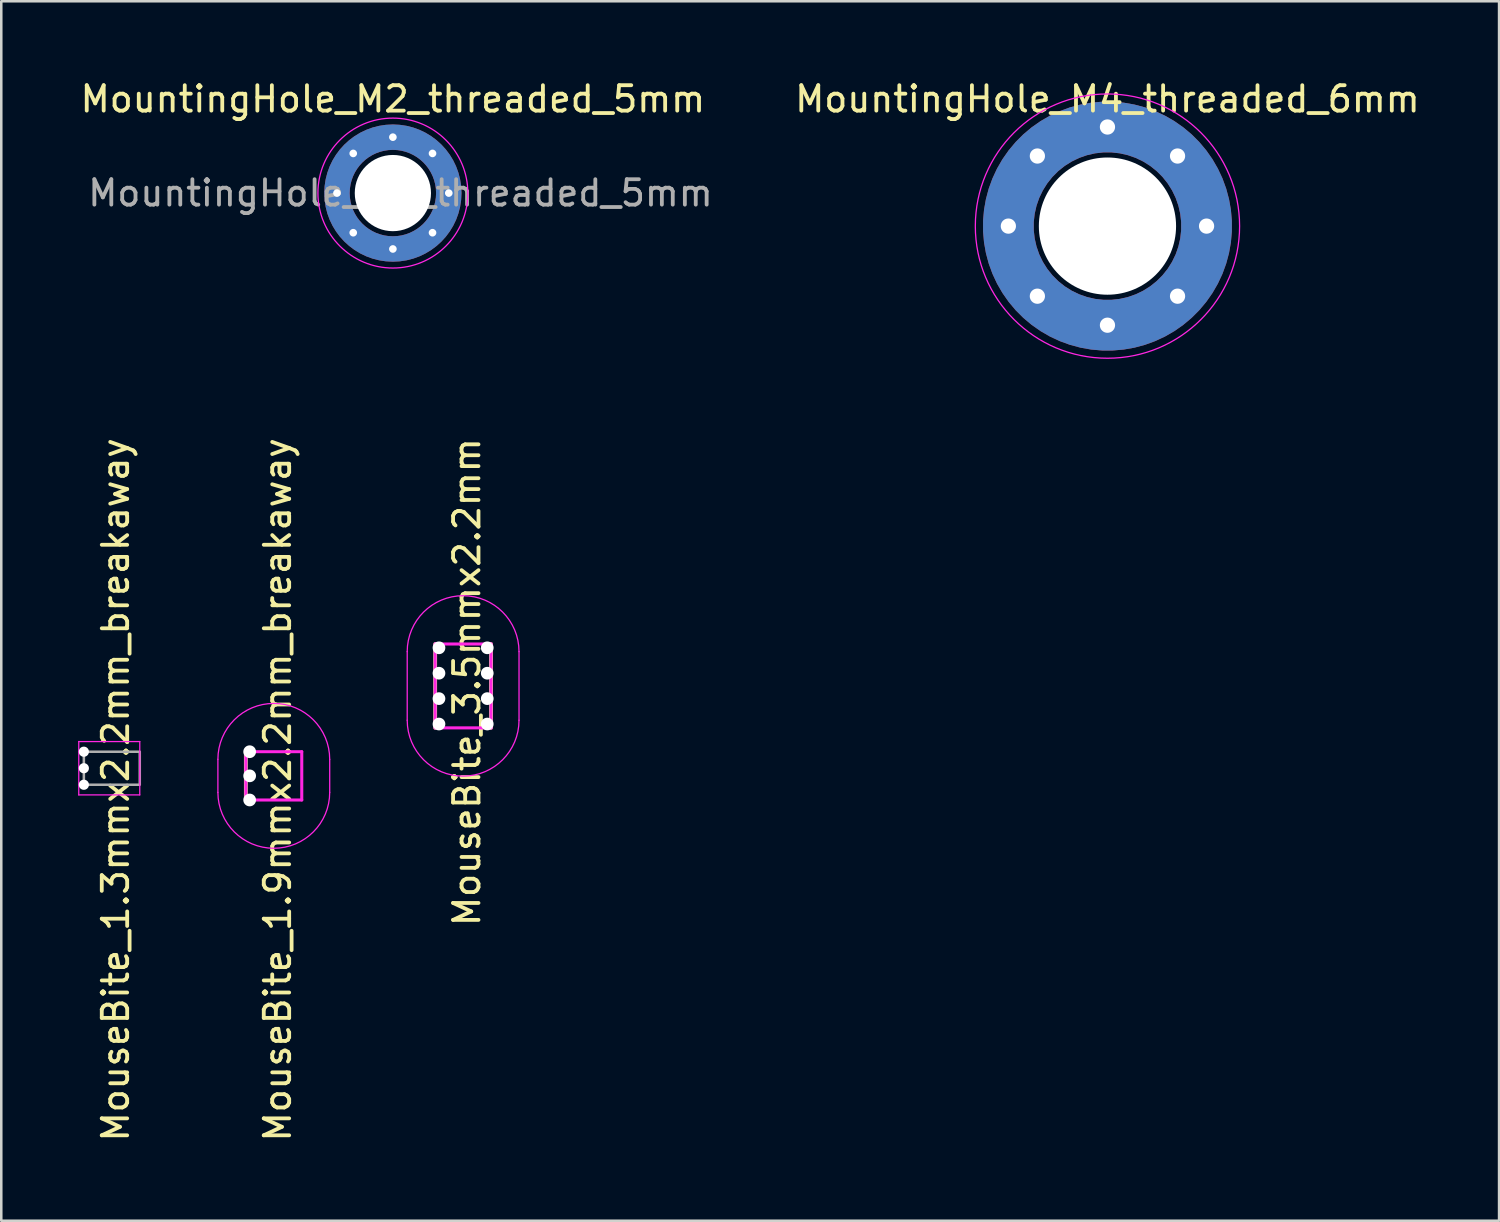
<source format=kicad_pcb>
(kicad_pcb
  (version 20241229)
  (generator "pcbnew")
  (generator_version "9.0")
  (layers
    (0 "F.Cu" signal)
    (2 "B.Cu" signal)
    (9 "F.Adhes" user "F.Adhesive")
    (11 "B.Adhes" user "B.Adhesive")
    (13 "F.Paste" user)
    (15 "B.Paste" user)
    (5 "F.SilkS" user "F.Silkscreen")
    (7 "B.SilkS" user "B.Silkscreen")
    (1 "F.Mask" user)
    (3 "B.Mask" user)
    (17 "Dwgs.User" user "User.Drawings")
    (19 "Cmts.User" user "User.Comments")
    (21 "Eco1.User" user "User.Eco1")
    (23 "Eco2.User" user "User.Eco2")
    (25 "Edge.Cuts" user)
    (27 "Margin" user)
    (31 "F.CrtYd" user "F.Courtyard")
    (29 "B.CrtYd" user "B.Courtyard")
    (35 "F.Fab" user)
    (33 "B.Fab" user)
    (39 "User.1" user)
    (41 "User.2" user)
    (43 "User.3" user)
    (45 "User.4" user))
  (footprint "MouseBite_3.5mmx2.2mm"
    (layer "F.Cu")
    (at 14.075 22.293)
    (property "Reference" "MouseBite_3.5mmx2.2mm" (at 1.25 1.5 90) (layer "F.SilkS") (effects (font (size 1 1) (thickness 0.15))))
    (attr exclude_from_pos_files exclude_from_bom)
    (fp_line (start 0 3.3) (end 0 0) (stroke (width 0.15) (type solid)) (layer "F.SilkS"))
    (fp_line (start 2.2 3.3) (end 2.2 0) (stroke (width 0.15) (type solid)) (layer "F.SilkS"))
    (fp_line (start -1.1 0.3) (end -1.1 3) (stroke (width 0.05) (type solid)) (layer "F.CrtYd"))
    (fp_line (start 0 0) (end 2.2 0) (stroke (width 0.12) (type solid)) (layer "F.CrtYd"))
    (fp_line (start 0 3.3) (end 0 0) (stroke (width 0.12) (type solid)) (layer "F.CrtYd"))
    (fp_line (start 2.2 3.3) (end 0 3.3) (stroke (width 0.12) (type solid)) (layer "F.CrtYd"))
    (fp_line (start 2.2 3.3) (end 2.2 0) (stroke (width 0.12) (type solid)) (layer "F.CrtYd"))
    (fp_line (start 3.3 0.3) (end 3.3 3) (stroke (width 0.05) (type solid)) (layer "F.CrtYd"))
    (fp_arc (start -1.1 0.3) (mid 1.1 -1.9) (end 3.3 0.3) (stroke (width 0.05) (type solid)) (layer "F.CrtYd"))
    (fp_arc (start 3.3 3) (mid 1.1 5.2) (end -1.1 3) (stroke (width 0.05) (type solid)) (layer "F.CrtYd"))
    (pad "" np_thru_hole circle (at 0.15 0.15) (size 0.5 0.5) (drill 0.5) (layers "*.Cu" "*.Mask"))
    (pad "" np_thru_hole circle (at 0.15 1.15) (size 0.5 0.5) (drill 0.5) (layers "*.Cu" "*.Mask"))
    (pad "" np_thru_hole circle (at 0.15 2.15) (size 0.5 0.5) (drill 0.5) (layers "*.Cu" "*.Mask"))
    (pad "" np_thru_hole circle (at 0.15 3.15) (size 0.5 0.5) (drill 0.5) (layers "*.Cu" "*.Mask"))
    (pad "" np_thru_hole circle (at 2.05 0.15) (size 0.5 0.5) (drill 0.5) (layers "*.Cu" "*.Mask"))
    (pad "" np_thru_hole circle (at 2.05 1.15) (size 0.5 0.5) (drill 0.5) (layers "*.Cu" "*.Mask"))
    (pad "" np_thru_hole circle (at 2.05 2.15) (size 0.5 0.5) (drill 0.5) (layers "*.Cu" "*.Mask"))
    (pad "" np_thru_hole circle (at 2.05 3.15) (size 0.5 0.5) (drill 0.5) (layers "*.Cu" "*.Mask")))
  (footprint "MouseBite_1.3mmx2.2mm_breakaway"
    (layer "F.Cu")
    (at 0.25 26.532)
    (property "Reference" "MouseBite_1.3mmx2.2mm_breakaway" (at 1.25 1.5 90) (layer "F.SilkS") (effects (font (size 1 1) (thickness 0.15))))
    (attr exclude_from_pos_files exclude_from_bom)
    (fp_line (start -0.2 -0.4) (end 2.2 -0.4) (stroke (width 0.05) (type solid)) (layer "F.CrtYd"))
    (fp_line (start -0.2 1.7) (end -0.2 -0.4) (stroke (width 0.05) (type solid)) (layer "F.CrtYd"))
    (fp_line (start 2.2 1.7) (end -0.2 1.7) (stroke (width 0.05) (type solid)) (layer "F.CrtYd"))
    (fp_line (start 2.2 1.7) (end 2.2 -0.4) (stroke (width 0.05) (type solid)) (layer "F.CrtYd"))
    (fp_rect (start 0 0) (end 2.2 1.3) (stroke (width 0.1) (type solid)) (fill no) (layer "F.Fab"))
    (pad "" np_thru_hole circle (at 0 0) (size 0.4 0.4) (drill 0.4) (layers "*.Cu" "*.Mask"))
    (pad "" np_thru_hole circle (at 0 0.65) (size 0.4 0.4) (drill 0.4) (layers "*.Cu" "*.Mask"))
    (pad "" np_thru_hole circle (at 0 1.3) (size 0.4 0.4) (drill 0.4) (layers "*.Cu" "*.Mask")))
  (footprint "MouseBite_1.9mmx2.2mm_breakaway"
    (layer "F.Cu")
    (at 6.625 26.532)
    (property "Reference" "MouseBite_1.9mmx2.2mm_breakaway" (at 1.25 1.5 90) (layer "F.SilkS") (effects (font (size 1 1) (thickness 0.15))))
    (attr exclude_from_pos_files exclude_from_bom)
    (fp_line (start 0 1.9) (end 0 0) (stroke (width 0.15) (type solid)) (layer "F.SilkS"))
    (fp_line (start -1.1 0.3) (end -1.1 1.6) (stroke (width 0.05) (type solid)) (layer "F.CrtYd"))
    (fp_line (start 0 0) (end 2.2 0) (stroke (width 0.12) (type solid)) (layer "F.CrtYd"))
    (fp_line (start 0 1.9) (end 0 0) (stroke (width 0.12) (type solid)) (layer "F.CrtYd"))
    (fp_line (start 2.2 1.9) (end 0 1.9) (stroke (width 0.12) (type solid)) (layer "F.CrtYd"))
    (fp_line (start 2.2 1.9) (end 2.2 0) (stroke (width 0.12) (type solid)) (layer "F.CrtYd"))
    (fp_line (start 3.3 0.3) (end 3.3 1.6) (stroke (width 0.05) (type solid)) (layer "F.CrtYd"))
    (fp_arc (start -1.1 0.3) (mid 1.1 -1.9) (end 3.3 0.3) (stroke (width 0.05) (type solid)) (layer "F.CrtYd"))
    (fp_arc (start 3.3 1.6) (mid 1.1 3.8) (end -1.1 1.6) (stroke (width 0.05) (type solid)) (layer "F.CrtYd"))
    (pad "" np_thru_hole circle (at 0.15 0) (size 0.5 0.5) (drill 0.5) (layers "*.Cu" "*.Mask"))
    (pad "" np_thru_hole circle (at 0.15 0.95) (size 0.5 0.5) (drill 0.5) (layers "*.Cu" "*.Mask"))
    (pad "" np_thru_hole circle (at 0.15 1.9) (size 0.5 0.5) (drill 0.5) (layers "*.Cu" "*.Mask")))
  (footprint "MountingHole_M2_threaded_5mm"
    (layer "F.Cu")
    (at 12.411 4.548)
    (property "Reference" "MountingHole_M2_threaded_5mm" (at 0 -3.7 0) (layer "F.SilkS") (effects (font (size 1 1) (thickness 0.15))))
    (attr exclude_from_pos_files exclude_from_bom)
    (fp_circle (center 0 0) (end 2.2 0) (stroke (width 1) (type solid)) (fill no) (layer "F.Cu"))
    (fp_circle (center 0 0) (end 2.2 0) (stroke (width 1.1) (type solid)) (fill no) (layer "F.Mask"))
    (fp_circle (center 0 0) (end 2.2 0) (stroke (width 1) (type solid)) (fill no) (layer "B.Cu"))
    (fp_circle (center 0 0) (end 2.2 0) (stroke (width 1.1) (type solid)) (fill no) (layer "B.Mask"))
    (fp_line (start -1.7 0.2) (end -2.8 0.2) (stroke (width 0.2) (type solid)) (layer "F.Paste"))
    (fp_line (start -1.7 -0.202) (end -2.8 -0.202) (stroke (width 0.2) (type solid)) (layer "F.Paste"))
    (fp_line (start -0.202 1.7) (end -0.202 2.8) (stroke (width 0.2) (type solid)) (layer "F.Paste"))
    (fp_line (start -0.2 -1.7) (end -0.2 -2.8) (stroke (width 0.2) (type solid)) (layer "F.Paste"))
    (fp_line (start 0.2 1.7) (end 0.2 2.8) (stroke (width 0.2) (type solid)) (layer "F.Paste"))
    (fp_line (start 0.202 -1.7) (end 0.202 -2.8) (stroke (width 0.2) (type solid)) (layer "F.Paste"))
    (fp_line (start 1.7 0.202) (end 2.8 0.202) (stroke (width 0.2) (type solid)) (layer "F.Paste"))
    (fp_line (start 1.7 -0.2) (end 2.8 -0.2) (stroke (width 0.2) (type solid)) (layer "F.Paste"))
    (fp_arc (start -2.799828 -0.202391) (mid -1.984095 -1.985791) (end -0.2 -2.8) (stroke (width 0.2) (type solid)) (layer "F.Paste"))
    (fp_arc (start -1.699718 -0.202383) (mid -1.209523 -1.21122) (end -0.2 -1.7) (stroke (width 0.2) (type solid)) (layer "F.Paste"))
    (fp_arc (start -0.202391 2.799828) (mid -1.985791 1.984095) (end -2.8 0.2) (stroke (width 0.2) (type solid)) (layer "F.Paste"))
    (fp_arc (start -0.202383 1.699718) (mid -1.21122 1.209523) (end -1.7 0.2) (stroke (width 0.2) (type solid)) (layer "F.Paste"))
    (fp_arc (start 0.202383 -1.699718) (mid 1.21122 -1.209523) (end 1.7 -0.2) (stroke (width 0.2) (type solid)) (layer "F.Paste"))
    (fp_arc (start 0.202391 -2.799828) (mid 1.985791 -1.984095) (end 2.8 -0.2) (stroke (width 0.2) (type solid)) (layer "F.Paste"))
    (fp_arc (start 1.699718 0.202383) (mid 1.209523 1.21122) (end 0.2 1.7) (stroke (width 0.2) (type solid)) (layer "F.Paste"))
    (fp_arc (start 2.799828 0.202391) (mid 1.984095 1.985791) (end 0.2 2.8) (stroke (width 0.2) (type solid)) (layer "F.Paste"))
    (fp_poly (pts (xy -1.7 0.2) (xy -2.8 0.2) (xy -2.6 1.2) (xy -2 2) (xy -1.2 2.6) (xy -0.2 2.8) (xy -0.202 1.7) (xy -0.8 1.6) (xy -1.4 1)) (stroke (width 0.1) (type solid)) (fill yes) (layer "F.Paste"))
    (fp_poly (pts (xy -0.2 -1.7) (xy -0.2 -2.8) (xy -1.2 -2.6) (xy -2 -2) (xy -2.6 -1.2) (xy -2.8 -0.2) (xy -1.7 -0.202) (xy -1.6 -0.8) (xy -1 -1.4)) (stroke (width 0.1) (type solid)) (fill yes) (layer "F.Paste"))
    (fp_poly (pts (xy 0.2 1.7) (xy 0.2 2.8) (xy 1.2 2.6) (xy 2 2) (xy 2.6 1.2) (xy 2.8 0.2) (xy 1.7 0.202) (xy 1.6 0.8) (xy 1 1.4)) (stroke (width 0.1) (type solid)) (fill yes) (layer "F.Paste"))
    (fp_poly (pts (xy 1.7 -0.2) (xy 2.8 -0.2) (xy 2.6 -1.2) (xy 2 -2) (xy 1.2 -2.6) (xy 0.2 -2.8) (xy 0.202 -1.7) (xy 0.8 -1.6) (xy 1.4 -1)) (stroke (width 0.1) (type solid)) (fill yes) (layer "F.Paste"))
    (fp_circle (center 0 0) (end 2.95 0) (stroke (width 0.05) (type solid)) (fill no) (layer "F.CrtYd"))
    (fp_text user "${REFERENCE}" (at 0.3 0 0) (layer "F.Fab") (effects (font (size 1 1) (thickness 0.15))))
    (pad "" np_thru_hole circle (at 0 0) (size 3 3) (drill 3) (layers "*.Cu" "*.Mask"))
    (pad "1" thru_hole circle (at -2.2 0) (size 0.8 0.8) (drill 0.3) (layers "*.Cu" "*.Mask"))
    (pad "1" thru_hole circle (at -1.56 -1.56 180) (size 0.8 0.8) (drill 0.3) (layers "*.Cu" "*.Mask"))
    (pad "1" thru_hole circle (at -1.56 1.56 270) (size 0.8 0.8) (drill 0.3) (layers "*.Cu" "*.Mask"))
    (pad "1" thru_hole circle (at 0 -2.2 270) (size 0.8 0.8) (drill 0.3) (layers "*.Cu" "*.Mask"))
    (pad "1" thru_hole circle (at 0 2.2 90) (size 0.8 0.8) (drill 0.3) (layers "*.Cu" "*.Mask"))
    (pad "1" thru_hole circle (at 1.56 -1.56 90) (size 0.8 0.8) (drill 0.3) (layers "*.Cu" "*.Mask"))
    (pad "1" thru_hole circle (at 1.56 1.56) (size 0.8 0.8) (drill 0.3) (layers "*.Cu" "*.Mask"))
    (pad "1" thru_hole circle (at 2.2 0 180) (size 0.8 0.8) (drill 0.3) (layers "*.Cu" "*.Mask")))
  (footprint "MountingHole_M4_threaded_6mm"
    (layer "F.Cu")
    (at 40.532 5.848)
    (property "Reference" "MountingHole_M4_threaded_6mm" (at 0 -5 0) (layer "F.SilkS") (effects (font (size 1 1) (thickness 0.15))))
    (attr smd)
    (fp_circle (center 0 0) (end 3.9 0) (stroke (width 2.2) (type solid)) (fill no) (layer "F.Mask"))
    (fp_circle (center 0 0) (end 3.9 0) (stroke (width 2.2) (type solid)) (fill no) (layer "B.Mask"))
    (fp_line (start -3.012 -0.301) (end -4.907 -0.3) (stroke (width 0.12) (type solid)) (layer "F.Paste"))
    (fp_line (start -3 0.4) (end -4.9 0.4) (stroke (width 0.12) (type solid)) (layer "F.Paste"))
    (fp_line (start -0.4 -3) (end -0.4 -4.9) (stroke (width 0.12) (type solid)) (layer "F.Paste"))
    (fp_line (start -0.301 3.012) (end -0.3 4.907) (stroke (width 0.12) (type solid)) (layer "F.Paste"))
    (fp_line (start 0.301 -3.012) (end 0.3 -4.907) (stroke (width 0.12) (type solid)) (layer "F.Paste"))
    (fp_line (start 0.4 3) (end 0.4 4.9) (stroke (width 0.12) (type solid)) (layer "F.Paste"))
    (fp_line (start 3 -0.4) (end 4.9 -0.4) (stroke (width 0.12) (type solid)) (layer "F.Paste"))
    (fp_line (start 3.012 0.301) (end 4.907 0.3) (stroke (width 0.12) (type solid)) (layer "F.Paste"))
    (fp_arc (start -4.907111 -0.30044) (mid -3.511459 -3.44088) (end -0.4 -4.9) (stroke (width 0.2) (type solid)) (layer "F.Paste"))
    (fp_arc (start -3.015158 -0.398525) (mid -2.18655 -2.114) (end -0.5 -3) (stroke (width 0.3) (type solid)) (layer "F.Paste"))
    (fp_arc (start -0.398525 3.015158) (mid -2.114 2.18655) (end -3 0.5) (stroke (width 0.3) (type solid)) (layer "F.Paste"))
    (fp_arc (start -0.30044 4.907111) (mid -3.44088 3.511459) (end -4.9 0.4) (stroke (width 0.2) (type solid)) (layer "F.Paste"))
    (fp_arc (start 0.30044 -4.907111) (mid 3.44088 -3.511459) (end 4.9 -0.4) (stroke (width 0.2) (type solid)) (layer "F.Paste"))
    (fp_arc (start 0.398525 -3.015158) (mid 2.114 -2.18655) (end 3 -0.5) (stroke (width 0.3) (type solid)) (layer "F.Paste"))
    (fp_arc (start 3.015158 0.398525) (mid 2.18655 2.114) (end 0.5 3) (stroke (width 0.3) (type solid)) (layer "F.Paste"))
    (fp_arc (start 4.907111 0.30044) (mid 3.511459 3.44088) (end 0.4 4.9) (stroke (width 0.2) (type solid)) (layer "F.Paste"))
    (fp_poly (pts (xy -4.907 -0.3) (xy -3.012 -0.301) (xy -2.7 -1.5) (xy -2 -2.3) (xy -1.2 -2.8) (xy -0.7 -3) (xy -0.4 -3) (xy -0.4 -4.9) (xy -1.1 -4.8) (xy -1.7 -4.6) (xy -2.3 -4.3) (xy -3 -3.8) (xy -3.6 -3.3) (xy -4.1 -2.6) (xy -4.5 -1.8) (xy -4.8 -1) (xy -4.9 -0.3)) (stroke (width 0.1) (type solid)) (fill yes) (layer "F.Paste"))
    (fp_poly (pts (xy -0.3 4.907) (xy -0.301 3.012) (xy -1.5 2.7) (xy -2.3 2) (xy -2.8 1.2) (xy -3 0.7) (xy -3 0.4) (xy -4.9 0.4) (xy -4.8 1.1) (xy -4.6 1.7) (xy -4.3 2.3) (xy -3.8 3) (xy -3.3 3.6) (xy -2.6 4.1) (xy -1.8 4.5) (xy -1 4.8) (xy -0.3 4.9)) (stroke (width 0.1) (type solid)) (fill yes) (layer "F.Paste"))
    (fp_poly (pts (xy 0.3 -4.907) (xy 0.301 -3.012) (xy 1.5 -2.7) (xy 2.3 -2) (xy 2.8 -1.2) (xy 3 -0.7) (xy 3 -0.4) (xy 4.9 -0.4) (xy 4.8 -1.1) (xy 4.6 -1.7) (xy 4.3 -2.3) (xy 3.8 -3) (xy 3.3 -3.6) (xy 2.6 -4.1) (xy 1.8 -4.5) (xy 1 -4.8) (xy 0.3 -4.9)) (stroke (width 0.1) (type solid)) (fill yes) (layer "F.Paste"))
    (fp_poly (pts (xy 4.907 0.3) (xy 3.012 0.301) (xy 2.7 1.5) (xy 2 2.3) (xy 1.2 2.8) (xy 0.7 3) (xy 0.4 3) (xy 0.4 4.9) (xy 1.1 4.8) (xy 1.7 4.6) (xy 2.3 4.3) (xy 3 3.8) (xy 3.6 3.3) (xy 4.1 2.6) (xy 4.5 1.8) (xy 4.8 1) (xy 4.9 0.3)) (stroke (width 0.1) (type solid)) (fill yes) (layer "F.Paste"))
    (fp_circle (center 0 0) (end 5.2 0) (stroke (width 0.05) (type solid)) (fill no) (layer "F.CrtYd"))
    (pad "" np_thru_hole circle (at 0 0) (size 5.4 5.4) (drill 5.4) (layers "*.Cu" "*.Mask"))
    (pad "1" thru_hole circle (at -3.9 0 180) (size 1.6 1.6) (drill 0.6) (layers "*.Cu" "*.Mask"))
    (pad "1" thru_hole circle (at -2.758 -2.758 135) (size 1.6 1.6) (drill 0.6) (layers "*.Cu" "*.Mask"))
    (pad "1" thru_hole circle (at -2.758 2.758 225) (size 1.6 1.6) (drill 0.6) (layers "*.Cu" "*.Mask"))
    (pad "1" thru_hole custom (at 0 -3.9 90) (size 1.6 1.6) (drill 0.6) (layers "*.Cu" "*.Mask") (options (anchor circle)) (primitives (gr_circle (center -3.9 0) (end 0 0) (width 2) (fill no))))
    (pad "1" thru_hole circle (at 0 3.9 270) (size 1.6 1.6) (drill 0.6) (layers "*.Cu" "*.Mask"))
    (pad "1" thru_hole circle (at 2.758 -2.758 45) (size 1.6 1.6) (drill 0.6) (layers "*.Cu" "*.Mask"))
    (pad "1" thru_hole circle (at 2.758 2.758 315) (size 1.6 1.6) (drill 0.6) (layers "*.Cu" "*.Mask"))
    (pad "1" thru_hole circle (at 3.9 0) (size 1.6 1.6) (drill 0.6) (layers "*.Cu" "*.Mask")))
  (gr_rect
    (start -3 -3)
    (end 55.943 44.99)
    (stroke (width 0.1) (type default))
    (fill no)
    (layer "Edge.Cuts")))
</source>
